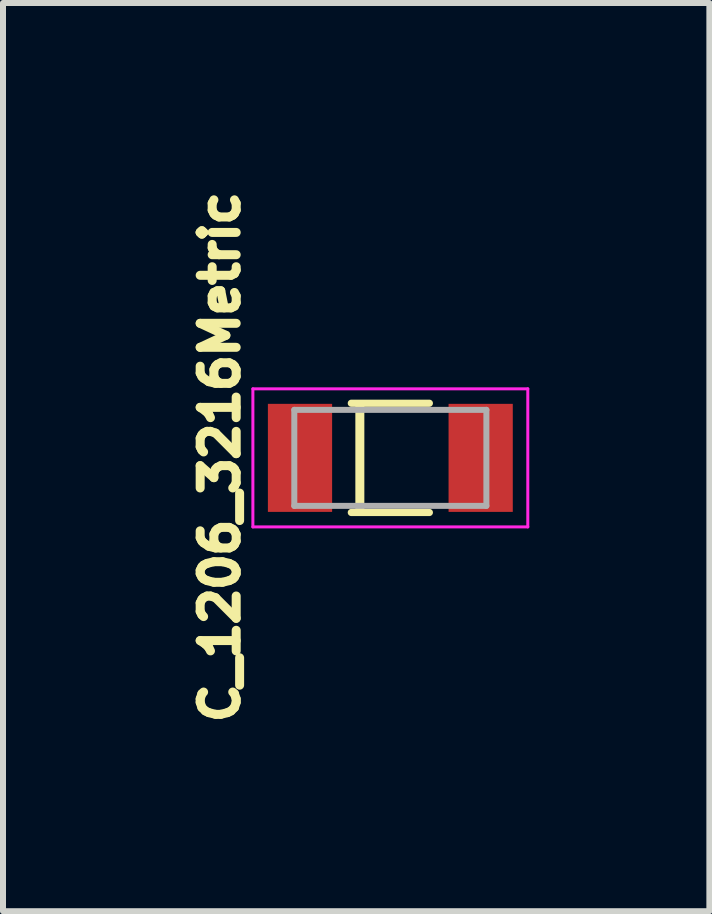
<source format=kicad_pcb>
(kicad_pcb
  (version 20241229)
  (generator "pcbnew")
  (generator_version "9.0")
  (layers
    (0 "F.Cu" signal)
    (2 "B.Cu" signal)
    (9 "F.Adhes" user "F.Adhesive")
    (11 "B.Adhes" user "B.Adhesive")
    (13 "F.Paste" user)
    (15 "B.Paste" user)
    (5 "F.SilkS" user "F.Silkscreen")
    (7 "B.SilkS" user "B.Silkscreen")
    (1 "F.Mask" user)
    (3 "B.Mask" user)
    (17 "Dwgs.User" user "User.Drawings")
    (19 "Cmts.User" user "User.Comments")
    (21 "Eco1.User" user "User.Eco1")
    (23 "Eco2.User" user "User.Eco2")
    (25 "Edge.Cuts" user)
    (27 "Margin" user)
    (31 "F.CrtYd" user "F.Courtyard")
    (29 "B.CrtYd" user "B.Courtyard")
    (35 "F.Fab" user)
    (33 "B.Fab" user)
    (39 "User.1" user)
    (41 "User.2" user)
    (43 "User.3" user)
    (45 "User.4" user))
  (footprint "C_1206_3216Metric"
    (layer "F.Cu")
    (at 3.453 4.578)
    (property "Reference" "C_1206_3216Metric" (at -2.838 -0.013 90) (layer "F.SilkS") (effects (font (size 0.6 0.6) (thickness 0.15))))
    (attr smd)
    (fp_line (start -0.65 -0.91) (end 0.65 -0.91) (stroke (width 0.12) (type solid)) (layer "F.SilkS"))
    (fp_line (start -0.65 0.91) (end 0.65 0.91) (stroke (width 0.12) (type solid)) (layer "F.SilkS"))
    (fp_line (start -0.508 -0.889) (end -0.508 0.889) (stroke (width 0.15) (type solid)) (layer "F.SilkS"))
    (fp_line (start -2.29 -1.15) (end 2.29 -1.15) (stroke (width 0.05) (type solid)) (layer "F.CrtYd"))
    (fp_line (start -2.29 1.15) (end -2.29 -1.15) (stroke (width 0.05) (type solid)) (layer "F.CrtYd"))
    (fp_line (start 2.29 -1.15) (end 2.29 1.15) (stroke (width 0.05) (type solid)) (layer "F.CrtYd"))
    (fp_line (start 2.29 1.15) (end -2.29 1.15) (stroke (width 0.05) (type solid)) (layer "F.CrtYd"))
    (fp_line (start -1.6 -0.8) (end 1.6 -0.8) (stroke (width 0.1) (type solid)) (layer "F.Fab"))
    (fp_line (start -1.6 0.8) (end -1.6 -0.8) (stroke (width 0.1) (type solid)) (layer "F.Fab"))
    (fp_line (start 1.6 -0.8) (end 1.6 0.8) (stroke (width 0.1) (type solid)) (layer "F.Fab"))
    (fp_line (start 1.6 0.8) (end -1.6 0.8) (stroke (width 0.1) (type solid)) (layer "F.Fab"))
    (pad "1" smd rect (at -1.505 0) (size 1.07 1.8) (layers "F.Cu" "F.Mask" "F.Paste"))
    (pad "2" smd rect (at 1.505 0) (size 1.07 1.8) (layers "F.Cu" "F.Mask" "F.Paste")))
  (gr_rect
    (start -3 -3)
    (end 8.768 12.13)
    (stroke (width 0.1) (type default))
    (fill no)
    (layer "Edge.Cuts")))
</source>
